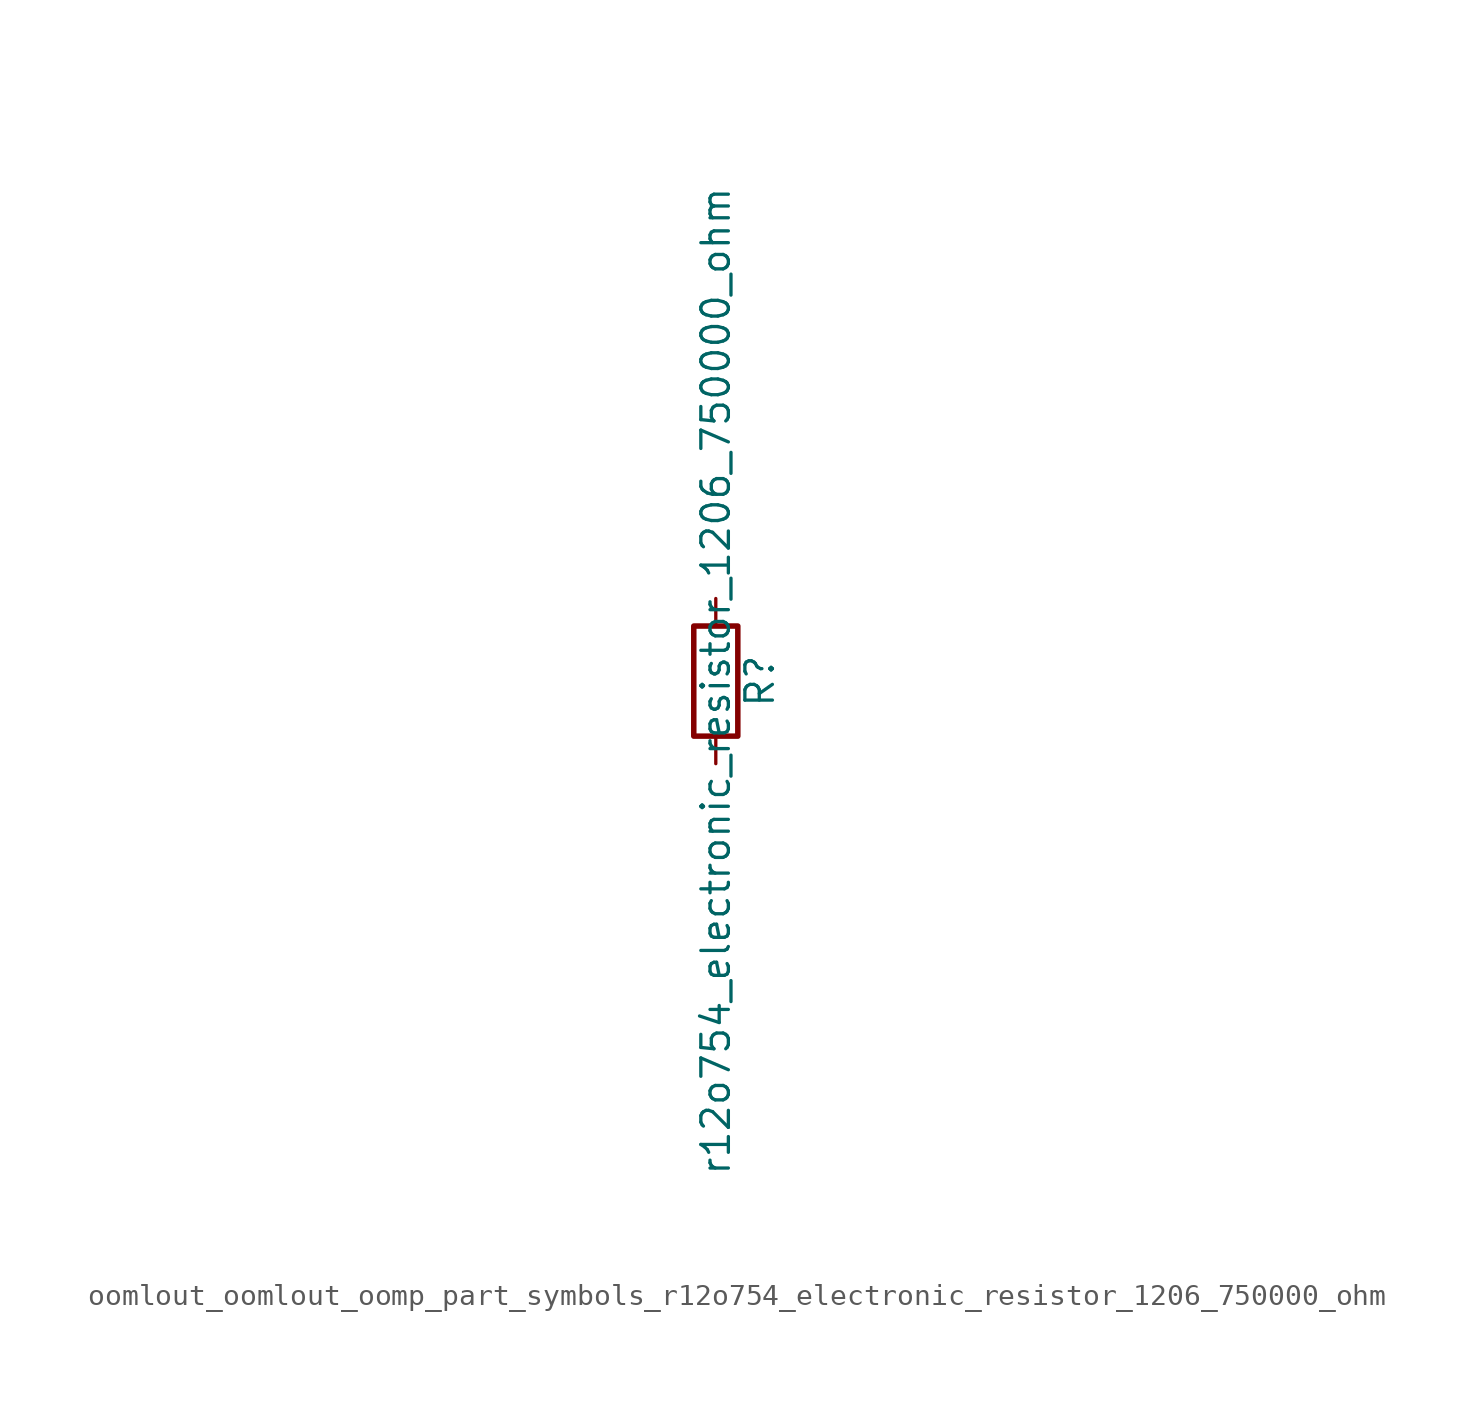
<source format=kicad_sym>
(kicad_symbol_lib
  (version 20220914)
  (generator kicad_symbol_editor)
  (symbol "oomlout_oomlout_oomp_part_symbols_r12o754_electronic_resistor_1206_750000_ohm"
    (pin_numbers hide)
    (pin_names
      (offset 0))
    (property "Reference" "R"
      (at 2.032 0 90)
      (effects (font (size 1.27 1.27))))
    (property "Value" "r12o754_electronic_resistor_1206_750000_ohm"
      (at 0 0 90)
      (effects (font (size 1.27 1.27))))
    (symbol "oomlout_oomlout_oomp_part_symbols_r12o754_electronic_resistor_1206_750000_ohm_0_1"
      (rectangle (start -1.016 -2.54) (end 1.016 2.54) (stroke (width 0.254) (type default)) (fill (type none))))
    (symbol "oomlout_oomlout_oomp_part_symbols_r12o754_electronic_resistor_1206_750000_ohm_1_1"
      (pin passive line (at 0 3.81 270) (length 1.27) (name "~" (effects (font (size 1.27 1.27)))) (number "1" (effects (font (size 1.27 1.27)))))
      (pin passive line (at 0 -3.81 90) (length 1.27) (name "~" (effects (font (size 1.27 1.27)))) (number "2" (effects (font (size 1.27 1.27))))))))
</source>
